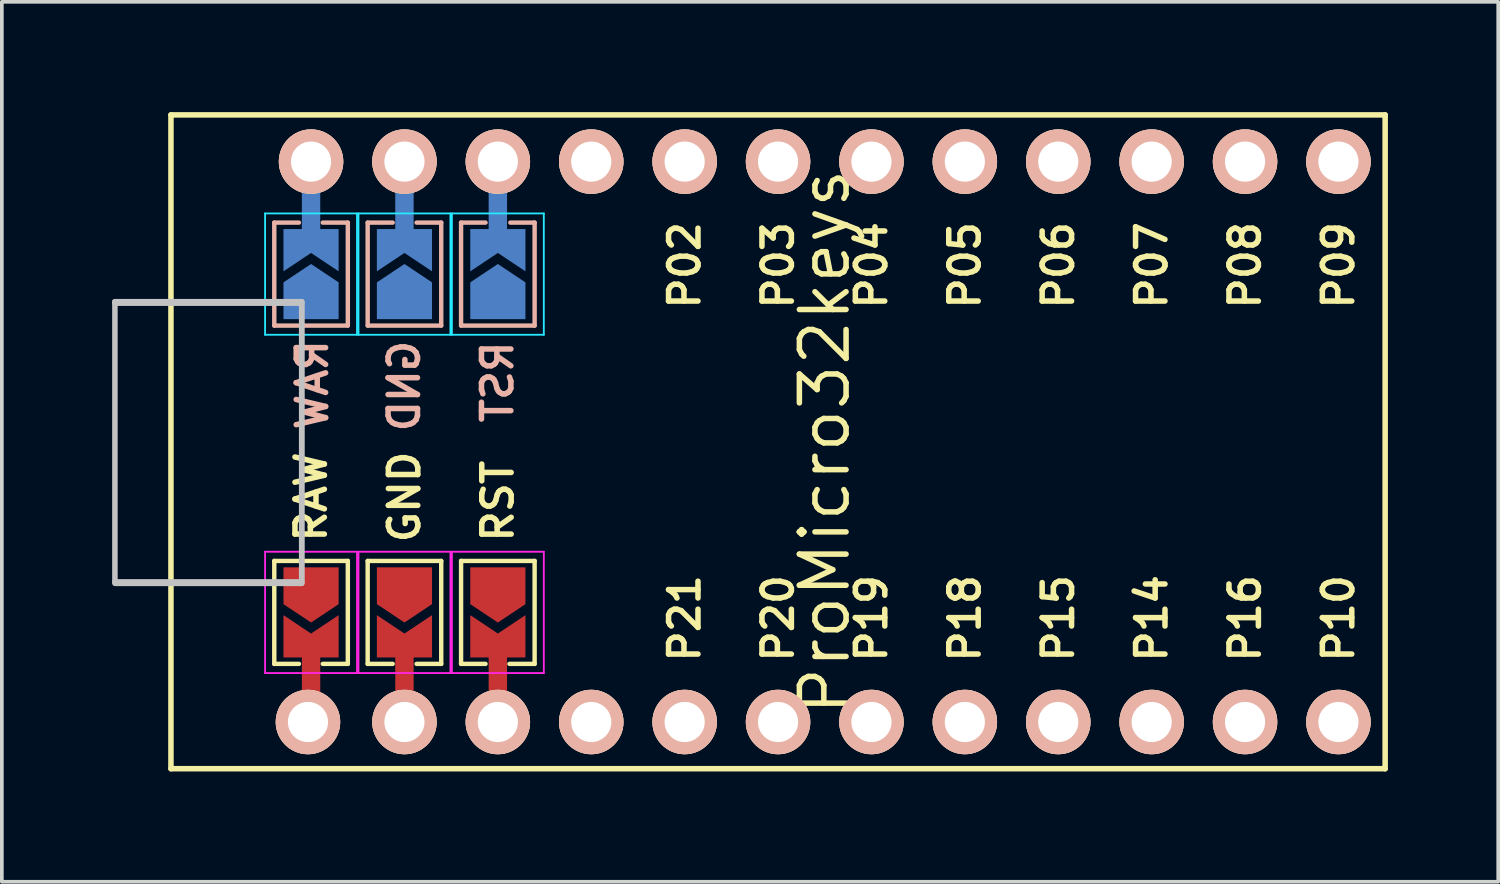
<source format=kicad_pcb>
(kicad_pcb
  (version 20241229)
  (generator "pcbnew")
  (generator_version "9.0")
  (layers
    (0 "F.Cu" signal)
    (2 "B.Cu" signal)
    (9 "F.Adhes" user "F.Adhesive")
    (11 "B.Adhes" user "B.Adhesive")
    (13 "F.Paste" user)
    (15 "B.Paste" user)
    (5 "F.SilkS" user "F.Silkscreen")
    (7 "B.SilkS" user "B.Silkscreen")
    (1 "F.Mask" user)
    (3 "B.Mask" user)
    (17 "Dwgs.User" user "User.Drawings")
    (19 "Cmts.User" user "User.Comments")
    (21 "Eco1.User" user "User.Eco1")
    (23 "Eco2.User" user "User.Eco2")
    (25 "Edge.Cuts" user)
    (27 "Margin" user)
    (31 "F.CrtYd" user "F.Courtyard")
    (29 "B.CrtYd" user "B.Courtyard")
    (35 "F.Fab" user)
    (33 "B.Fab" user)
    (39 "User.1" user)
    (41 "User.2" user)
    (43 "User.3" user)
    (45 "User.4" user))
  (footprint "ProMicro32keys"
    (layer "F.Cu")
    (at 19.379 8.965)
    (property "Reference" "ProMicro32keys" (at 0 0 90) (layer "F.SilkS") (effects (font (size 1.27 1.27) (thickness 0.15))))
    (attr through_hole)
    (fp_line (start -17.78 -8.89) (end -17.78 8.89) (stroke (width 0.15) (type solid)) (layer "F.SilkS"))
    (fp_line (start -17.78 8.89) (end 15.24 8.89) (stroke (width 0.15) (type solid)) (layer "F.SilkS"))
    (fp_line (start -14.97 3.239) (end -12.97 3.239) (stroke (width 0.12) (type solid)) (layer "F.SilkS"))
    (fp_line (start -14.97 6.039) (end -14.97 3.239) (stroke (width 0.12) (type solid)) (layer "F.SilkS"))
    (fp_line (start -14.3 6.039) (end -14.97 6.039) (stroke (width 0.12) (type solid)) (layer "F.SilkS"))
    (fp_line (start -12.97 3.239) (end -12.97 6.039) (stroke (width 0.12) (type solid)) (layer "F.SilkS"))
    (fp_line (start -12.97 6.039) (end -13.65 6.039) (stroke (width 0.12) (type solid)) (layer "F.SilkS"))
    (fp_line (start -12.43 3.239) (end -10.43 3.239) (stroke (width 0.12) (type solid)) (layer "F.SilkS"))
    (fp_line (start -12.43 6.039) (end -12.43 3.239) (stroke (width 0.12) (type solid)) (layer "F.SilkS"))
    (fp_line (start -11.75 6.039) (end -12.43 6.039) (stroke (width 0.12) (type solid)) (layer "F.SilkS"))
    (fp_line (start -10.43 3.239) (end -10.43 6.039) (stroke (width 0.12) (type solid)) (layer "F.SilkS"))
    (fp_line (start -10.43 6.039) (end -11.1 6.039) (stroke (width 0.12) (type solid)) (layer "F.SilkS"))
    (fp_line (start -9.89 3.239) (end -7.89 3.239) (stroke (width 0.12) (type solid)) (layer "F.SilkS"))
    (fp_line (start -9.89 6.039) (end -9.89 3.239) (stroke (width 0.12) (type solid)) (layer "F.SilkS"))
    (fp_line (start -9.225 6.039) (end -9.89 6.039) (stroke (width 0.12) (type solid)) (layer "F.SilkS"))
    (fp_line (start -7.89 3.239) (end -7.89 6.039) (stroke (width 0.12) (type solid)) (layer "F.SilkS"))
    (fp_line (start -7.89 6.039) (end -8.575 6.039) (stroke (width 0.12) (type solid)) (layer "F.SilkS"))
    (fp_line (start 15.24 -8.89) (end -17.78 -8.89) (stroke (width 0.15) (type solid)) (layer "F.SilkS"))
    (fp_line (start 15.24 8.89) (end 15.24 -8.89) (stroke (width 0.15) (type solid)) (layer "F.SilkS"))
    (fp_line (start -14.97 -5.961) (end -14.97 -3.161) (stroke (width 0.12) (type solid)) (layer "B.SilkS"))
    (fp_line (start -14.97 -3.161) (end -12.97 -3.161) (stroke (width 0.12) (type solid)) (layer "B.SilkS"))
    (fp_line (start -14.3 -5.961) (end -14.97 -5.961) (stroke (width 0.12) (type solid)) (layer "B.SilkS"))
    (fp_line (start -12.97 -5.961) (end -13.65 -5.961) (stroke (width 0.12) (type solid)) (layer "B.SilkS"))
    (fp_line (start -12.97 -3.161) (end -12.97 -5.961) (stroke (width 0.12) (type solid)) (layer "B.SilkS"))
    (fp_line (start -12.43 -5.961) (end -12.43 -3.161) (stroke (width 0.12) (type solid)) (layer "B.SilkS"))
    (fp_line (start -12.43 -3.161) (end -10.43 -3.161) (stroke (width 0.12) (type solid)) (layer "B.SilkS"))
    (fp_line (start -11.75 -5.961) (end -12.43 -5.961) (stroke (width 0.12) (type solid)) (layer "B.SilkS"))
    (fp_line (start -10.43 -5.961) (end -11.1 -5.961) (stroke (width 0.12) (type solid)) (layer "B.SilkS"))
    (fp_line (start -10.43 -3.161) (end -10.43 -5.961) (stroke (width 0.12) (type solid)) (layer "B.SilkS"))
    (fp_line (start -9.89 -5.961) (end -9.89 -3.161) (stroke (width 0.12) (type solid)) (layer "B.SilkS"))
    (fp_line (start -9.89 -3.161) (end -7.89 -3.161) (stroke (width 0.12) (type solid)) (layer "B.SilkS"))
    (fp_line (start -9.225 -5.961) (end -9.89 -5.961) (stroke (width 0.12) (type solid)) (layer "B.SilkS"))
    (fp_line (start -7.89 -5.961) (end -8.55 -5.961) (stroke (width 0.12) (type solid)) (layer "B.SilkS"))
    (fp_line (start -7.89 -3.161) (end -7.89 -5.961) (stroke (width 0.12) (type solid)) (layer "B.SilkS"))
    (fp_line (start -19.304 -3.81) (end -14.224 -3.81) (stroke (width 0.15) (type solid)) (layer "Dwgs.User"))
    (fp_line (start -19.304 -3.771) (end -14.224 -3.771) (stroke (width 0.15) (type solid)) (layer "Dwgs.User"))
    (fp_line (start -19.304 3.81) (end -19.304 -3.81) (stroke (width 0.15) (type solid)) (layer "Dwgs.User"))
    (fp_line (start -14.224 -3.81) (end -14.224 3.81) (stroke (width 0.15) (type solid)) (layer "Dwgs.User"))
    (fp_line (start -14.224 -3.771) (end -14.224 3.849) (stroke (width 0.15) (type solid)) (layer "Dwgs.User"))
    (fp_line (start -14.224 3.81) (end -19.304 3.81) (stroke (width 0.15) (type solid)) (layer "Dwgs.User"))
    (fp_line (start -14.224 3.849) (end -19.304 3.849) (stroke (width 0.15) (type solid)) (layer "Dwgs.User"))
    (fp_line (start -15.22 -6.211) (end -15.22 -2.911) (stroke (width 0.05) (type solid)) (layer "B.CrtYd"))
    (fp_line (start -15.22 -6.211) (end -12.72 -6.211) (stroke (width 0.05) (type solid)) (layer "B.CrtYd"))
    (fp_line (start -12.72 -2.911) (end -15.22 -2.911) (stroke (width 0.05) (type solid)) (layer "B.CrtYd"))
    (fp_line (start -12.72 -2.911) (end -12.72 -6.211) (stroke (width 0.05) (type solid)) (layer "B.CrtYd"))
    (fp_line (start -12.68 -6.211) (end -12.68 -2.911) (stroke (width 0.05) (type solid)) (layer "B.CrtYd"))
    (fp_line (start -12.68 -6.211) (end -10.18 -6.211) (stroke (width 0.05) (type solid)) (layer "B.CrtYd"))
    (fp_line (start -10.18 -2.911) (end -12.68 -2.911) (stroke (width 0.05) (type solid)) (layer "B.CrtYd"))
    (fp_line (start -10.18 -2.911) (end -10.18 -6.211) (stroke (width 0.05) (type solid)) (layer "B.CrtYd"))
    (fp_line (start -10.14 -6.211) (end -10.14 -2.911) (stroke (width 0.05) (type solid)) (layer "B.CrtYd"))
    (fp_line (start -10.14 -6.211) (end -7.64 -6.211) (stroke (width 0.05) (type solid)) (layer "B.CrtYd"))
    (fp_line (start -7.64 -2.911) (end -10.14 -2.911) (stroke (width 0.05) (type solid)) (layer "B.CrtYd"))
    (fp_line (start -7.64 -2.911) (end -7.64 -6.211) (stroke (width 0.05) (type solid)) (layer "B.CrtYd"))
    (fp_line (start -15.22 6.289) (end -15.22 2.989) (stroke (width 0.05) (type solid)) (layer "F.CrtYd"))
    (fp_line (start -15.22 6.289) (end -12.72 6.289) (stroke (width 0.05) (type solid)) (layer "F.CrtYd"))
    (fp_line (start -12.72 2.989) (end -15.22 2.989) (stroke (width 0.05) (type solid)) (layer "F.CrtYd"))
    (fp_line (start -12.72 2.989) (end -12.72 6.289) (stroke (width 0.05) (type solid)) (layer "F.CrtYd"))
    (fp_line (start -12.68 6.289) (end -12.68 2.989) (stroke (width 0.05) (type solid)) (layer "F.CrtYd"))
    (fp_line (start -12.68 6.289) (end -10.18 6.289) (stroke (width 0.05) (type solid)) (layer "F.CrtYd"))
    (fp_line (start -10.18 2.989) (end -12.68 2.989) (stroke (width 0.05) (type solid)) (layer "F.CrtYd"))
    (fp_line (start -10.18 2.989) (end -10.18 6.289) (stroke (width 0.05) (type solid)) (layer "F.CrtYd"))
    (fp_line (start -10.14 6.289) (end -10.14 2.989) (stroke (width 0.05) (type solid)) (layer "F.CrtYd"))
    (fp_line (start -10.14 6.289) (end -7.64 6.289) (stroke (width 0.05) (type solid)) (layer "F.CrtYd"))
    (fp_line (start -7.64 2.989) (end -10.14 2.989) (stroke (width 0.05) (type solid)) (layer "F.CrtYd"))
    (fp_line (start -7.64 2.989) (end -7.64 6.289) (stroke (width 0.05) (type solid)) (layer "F.CrtYd"))
    (fp_text user "RAW" (at -13.97 1.499 90) (unlocked yes) (layer "F.SilkS") (effects (font (size 0.8 0.8) (thickness 0.15))))
    (fp_text user "P05" (at 3.81 -4.8 90) (layer "F.SilkS") (effects (font (size 0.8 0.8) (thickness 0.15))))
    (fp_text user "P03" (at -1.27 -4.8 90) (layer "F.SilkS") (effects (font (size 0.8 0.8) (thickness 0.15))))
    (fp_text user "P14" (at 8.89 4.8 90) (layer "F.SilkS") (effects (font (size 0.8 0.8) (thickness 0.15))))
    (fp_text user "P06" (at 6.35 -4.8 90) (layer "F.SilkS") (effects (font (size 0.8 0.8) (thickness 0.15))))
    (fp_text user "P07" (at 8.89 -4.8 90) (layer "F.SilkS") (effects (font (size 0.8 0.8) (thickness 0.15))))
    (fp_text user "P10" (at 13.97 4.8 90) (layer "F.SilkS") (effects (font (size 0.8 0.8) (thickness 0.15))))
    (fp_text user "P09" (at 13.97 -4.8 90) (layer "F.SilkS") (effects (font (size 0.8 0.8) (thickness 0.15))))
    (fp_text user "P16" (at 11.43 4.8 90) (layer "F.SilkS") (effects (font (size 0.8 0.8) (thickness 0.15))))
    (fp_text user "P19" (at 1.27 4.8 90) (layer "F.SilkS") (effects (font (size 0.8 0.8) (thickness 0.15))))
    (fp_text user "P21" (at -3.81 4.8 90) (layer "F.SilkS") (effects (font (size 0.8 0.8) (thickness 0.15))))
    (fp_text user "RST" (at -8.89 1.614 90) (unlocked yes) (layer "F.SilkS") (effects (font (size 0.8 0.8) (thickness 0.15))))
    (fp_text user "GND" (at -11.43 1.499 90) (unlocked yes) (layer "F.SilkS") (effects (font (size 0.8 0.8) (thickness 0.15))))
    (fp_text user "P02" (at -3.81 -4.8 90) (layer "F.SilkS") (effects (font (size 0.8 0.8) (thickness 0.15))))
    (fp_text user "P20" (at -1.27 4.8 90) (layer "F.SilkS") (effects (font (size 0.8 0.8) (thickness 0.15))))
    (fp_text user "P18" (at 3.81 4.8 90) (layer "F.SilkS") (effects (font (size 0.8 0.8) (thickness 0.15))))
    (fp_text user "P04" (at 1.27 -4.8 90) (layer "F.SilkS") (effects (font (size 0.8 0.8) (thickness 0.15))))
    (fp_text user "P08" (at 11.43 -4.8 90) (layer "F.SilkS") (effects (font (size 0.8 0.8) (thickness 0.15))))
    (fp_text user "P15" (at 6.35 4.8 90) (layer "F.SilkS") (effects (font (size 0.8 0.8) (thickness 0.15))))
    (fp_text user "RAW" (at -13.936 -1.552 90) (unlocked yes) (layer "B.SilkS") (effects (font (size 0.8 0.8) (thickness 0.15)) (justify mirror)))
    (fp_text user "RST" (at -8.898 -1.629 90) (unlocked yes) (layer "B.SilkS") (effects (font (size 0.8 0.8) (thickness 0.15)) (justify mirror)))
    (fp_text user "GND" (at -11.438 -1.515 90) (unlocked yes) (layer "B.SilkS") (effects (font (size 0.8 0.8) (thickness 0.15)) (justify mirror)))
    (pad "" thru_hole circle (at -14.054 7.62 90) (size 1.753 1.753) (drill 1.092) (layers "*.Cu" "*.SilkS" "*.Mask"))
    (pad "" thru_hole circle (at -13.97 -7.62 90) (size 1.753 1.753) (drill 1.092) (layers "*.Cu" "*.SilkS" "*.Mask"))
    (pad "" smd rect (at -13.97 -6.236) (size 0.5 1.524) (layers "B.Cu" "B.Mask"))
    (pad "" smd custom (at -13.97 -5.286 270) (size 0.3 0.3) (layers "B.Cu" "B.Mask") (options (anchor rect)) (primitives (gr_poly (pts (xy 0.15 0) (xy 0.65 0.75) (xy -0.5 0.75) (xy -0.5 -0.75) (xy 0.65 -0.75)) (width 0) (fill yes))))
    (pad "" smd custom (at -13.97 5.364 270) (size 0.3 0.3) (layers "F.Cu" "F.Mask") (options (anchor rect)) (primitives (gr_poly (pts (xy 0.5 0.75) (xy -0.65 0.75) (xy -0.15 0) (xy -0.65 -0.75) (xy 0.5 -0.75)) (width 0) (fill yes))))
    (pad "" smd rect (at -13.97 6.289) (size 0.5 1.524) (layers "F.Cu" "F.Mask"))
    (pad "" thru_hole circle (at -11.43 -7.62 90) (size 1.753 1.753) (drill 1.092) (layers "*.Cu" "*.SilkS" "*.Mask"))
    (pad "" smd rect (at -11.43 -6.236) (size 0.5 1.524) (layers "B.Cu" "B.Mask"))
    (pad "" smd custom (at -11.43 -5.286 270) (size 0.3 0.3) (layers "B.Cu" "B.Mask") (options (anchor rect)) (primitives (gr_poly (pts (xy 0.15 0) (xy 0.65 0.75) (xy -0.5 0.75) (xy -0.5 -0.75) (xy 0.65 -0.75)) (width 0) (fill yes))))
    (pad "" smd custom (at -11.43 5.364 270) (size 0.3 0.3) (layers "F.Cu" "F.Mask") (options (anchor rect)) (primitives (gr_poly (pts (xy 0.5 0.75) (xy -0.65 0.75) (xy -0.15 0) (xy -0.65 -0.75) (xy 0.5 -0.75)) (width 0) (fill yes))))
    (pad "" smd rect (at -11.43 6.289) (size 0.5 1.524) (layers "F.Cu" "F.Mask"))
    (pad "" thru_hole circle (at -11.43 7.62 90) (size 1.753 1.753) (drill 1.092) (layers "*.Cu" "*.SilkS" "*.Mask"))
    (pad "" thru_hole circle (at -8.89 -7.62 90) (size 1.753 1.753) (drill 1.092) (layers "*.Cu" "*.SilkS" "*.Mask"))
    (pad "" smd rect (at -8.89 -6.236) (size 0.5 1.524) (layers "B.Cu" "B.Mask"))
    (pad "" smd custom (at -8.89 -5.286 270) (size 0.3 0.3) (layers "B.Cu" "B.Mask") (options (anchor rect)) (primitives (gr_poly (pts (xy 0.15 0) (xy 0.65 0.75) (xy -0.5 0.75) (xy -0.5 -0.75) (xy 0.65 -0.75)) (width 0) (fill yes))))
    (pad "" smd custom (at -8.89 5.364 270) (size 0.3 0.3) (layers "F.Cu" "F.Mask") (options (anchor rect)) (primitives (gr_poly (pts (xy 0.5 0.75) (xy -0.65 0.75) (xy -0.15 0) (xy -0.65 -0.75) (xy 0.5 -0.75)) (width 0) (fill yes))))
    (pad "" smd rect (at -8.89 6.289) (size 0.5 1.524) (layers "F.Cu" "F.Mask"))
    (pad "" thru_hole circle (at -8.89 7.62 90) (size 1.753 1.753) (drill 1.092) (layers "*.Cu" "*.SilkS" "*.Mask"))
    (pad "1" smd custom (at -13.97 -3.836 270) (size 0.3 0.3) (layers "B.Cu" "B.Mask") (options (anchor rect)) (primitives (gr_poly (pts (xy 0.5 0.75) (xy -0.5 0.75) (xy -1 0) (xy -0.5 -0.75) (xy 0.5 -0.75)) (width 0) (fill yes))))
    (pad "1" smd custom (at -13.97 3.914 270) (size 0.3 0.3) (layers "F.Cu" "F.Mask") (options (anchor rect)) (primitives (gr_poly (pts (xy 1 0) (xy 0.5 0.75) (xy -0.5 0.75) (xy -0.5 -0.75) (xy 0.5 -0.75)) (width 0) (fill yes))))
    (pad "2" smd custom (at -11.43 -3.836 270) (size 0.3 0.3) (layers "B.Cu" "B.Mask") (options (anchor rect)) (primitives (gr_poly (pts (xy 0.5 0.75) (xy -0.5 0.75) (xy -1 0) (xy -0.5 -0.75) (xy 0.5 -0.75)) (width 0) (fill yes))))
    (pad "2" smd custom (at -11.43 3.914 270) (size 0.3 0.3) (layers "F.Cu" "F.Mask") (options (anchor rect)) (primitives (gr_poly (pts (xy 1 0) (xy 0.5 0.75) (xy -0.5 0.75) (xy -0.5 -0.75) (xy 0.5 -0.75)) (width 0) (fill yes))))
    (pad "3" smd custom (at -8.89 -3.836 270) (size 0.3 0.3) (layers "B.Cu" "B.Mask") (options (anchor rect)) (primitives (gr_poly (pts (xy 0.5 0.75) (xy -0.5 0.75) (xy -1 0) (xy -0.5 -0.75) (xy 0.5 -0.75)) (width 0) (fill yes))))
    (pad "3" smd custom (at -8.89 3.914 270) (size 0.3 0.3) (layers "F.Cu" "F.Mask") (options (anchor rect)) (primitives (gr_poly (pts (xy 1 0) (xy 0.5 0.75) (xy -0.5 0.75) (xy -0.5 -0.75) (xy 0.5 -0.75)) (width 0) (fill yes))))
    (pad "4" thru_hole circle (at -6.35 7.62 90) (size 1.753 1.753) (drill 1.092) (layers "*.Cu" "*.SilkS" "*.Mask"))
    (pad "5" thru_hole circle (at -3.81 7.62 90) (size 1.753 1.753) (drill 1.092) (layers "*.Cu" "*.SilkS" "*.Mask"))
    (pad "6" thru_hole circle (at -1.27 7.62 90) (size 1.753 1.753) (drill 1.092) (layers "*.Cu" "*.SilkS" "*.Mask"))
    (pad "7" thru_hole circle (at 1.27 7.62 90) (size 1.753 1.753) (drill 1.092) (layers "*.Cu" "*.SilkS" "*.Mask"))
    (pad "8" thru_hole circle (at 3.81 7.62 90) (size 1.753 1.753) (drill 1.092) (layers "*.Cu" "*.SilkS" "*.Mask"))
    (pad "9" thru_hole circle (at 6.35 7.62 90) (size 1.753 1.753) (drill 1.092) (layers "*.Cu" "*.SilkS" "*.Mask"))
    (pad "10" thru_hole circle (at 8.89 7.62 90) (size 1.753 1.753) (drill 1.092) (layers "*.Cu" "*.SilkS" "*.Mask"))
    (pad "11" thru_hole circle (at 11.43 7.62 90) (size 1.753 1.753) (drill 1.092) (layers "*.Cu" "*.SilkS" "*.Mask"))
    (pad "12" thru_hole circle (at 13.97 7.62 90) (size 1.753 1.753) (drill 1.092) (layers "*.Cu" "*.SilkS" "*.Mask"))
    (pad "16" thru_hole circle (at -6.35 -7.62 90) (size 1.753 1.753) (drill 1.092) (layers "*.Cu" "*.SilkS" "*.Mask"))
    (pad "17" thru_hole circle (at -3.81 -7.62 90) (size 1.753 1.753) (drill 1.092) (layers "*.Cu" "*.SilkS" "*.Mask"))
    (pad "18" thru_hole circle (at -1.27 -7.62 90) (size 1.753 1.753) (drill 1.092) (layers "*.Cu" "*.SilkS" "*.Mask"))
    (pad "19" thru_hole circle (at 1.27 -7.62 90) (size 1.753 1.753) (drill 1.092) (layers "*.Cu" "*.SilkS" "*.Mask"))
    (pad "20" thru_hole circle (at 3.81 -7.62 90) (size 1.753 1.753) (drill 1.092) (layers "*.Cu" "*.SilkS" "*.Mask"))
    (pad "21" thru_hole circle (at 6.35 -7.62 90) (size 1.753 1.753) (drill 1.092) (layers "*.Cu" "*.SilkS" "*.Mask"))
    (pad "22" thru_hole circle (at 8.89 -7.62 90) (size 1.753 1.753) (drill 1.092) (layers "*.Cu" "*.SilkS" "*.Mask"))
    (pad "23" thru_hole circle (at 11.43 -7.62 90) (size 1.753 1.753) (drill 1.092) (layers "*.Cu" "*.SilkS" "*.Mask"))
    (pad "24" thru_hole circle (at 13.97 -7.62 90) (size 1.753 1.753) (drill 1.092) (layers "*.Cu" "*.SilkS" "*.Mask")))
  (gr_rect
    (start -3 -3)
    (end 37.694 20.93)
    (stroke (width 0.1) (type default))
    (fill no)
    (layer "Edge.Cuts")))
</source>
